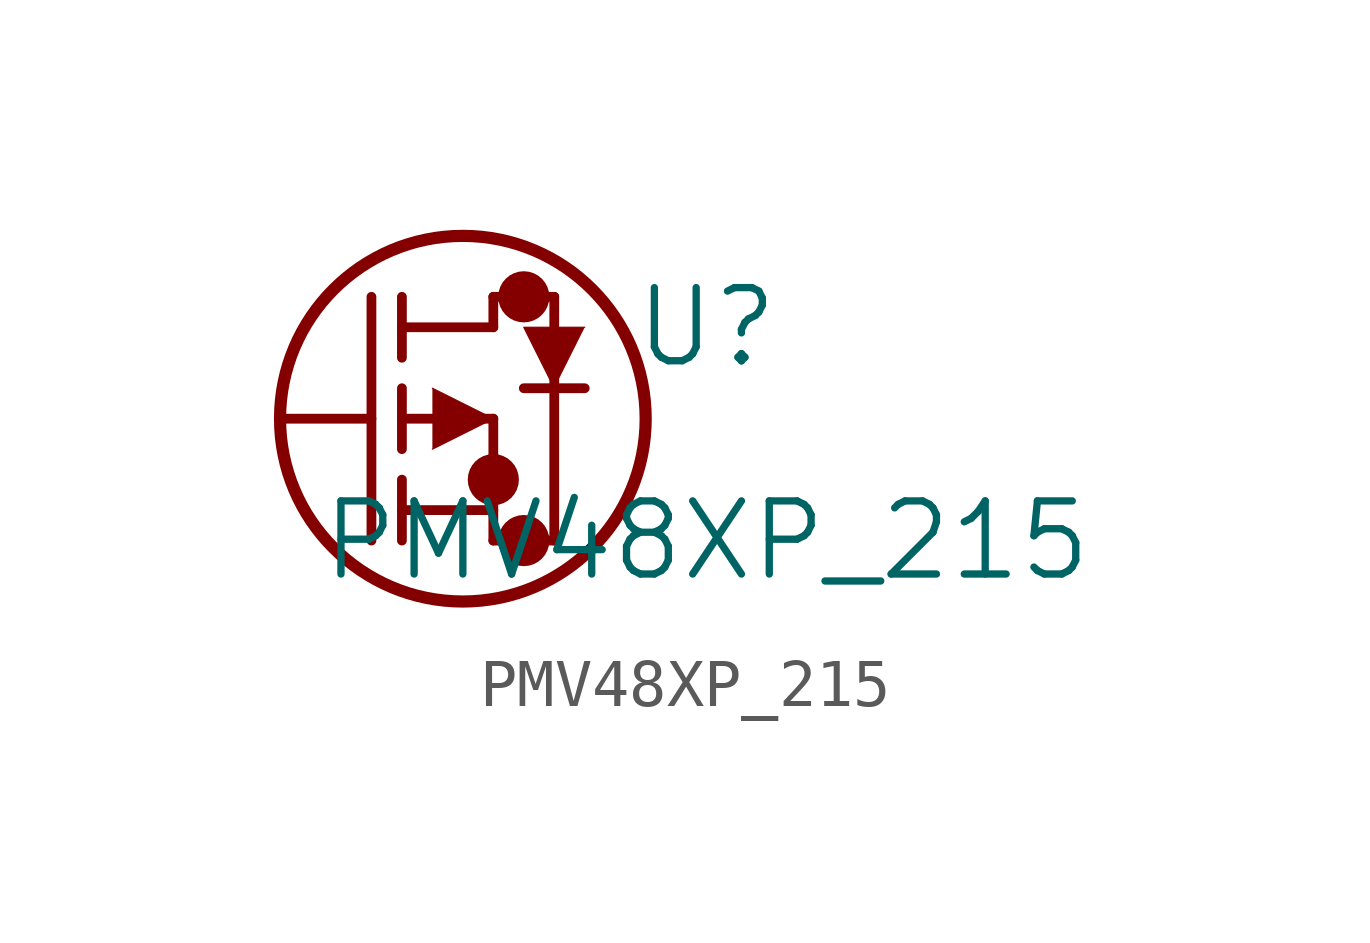
<source format=kicad_sym>
(kicad_symbol_lib
  (version 20211014)
  (generator kicad_symbol_editor)
  (symbol "PMV48XP_215"
    (pin_names
      (offset 0.254))
    (property "Reference" "U"
      (at 11.43 1.905 0)
      (effects (font (size 1.524 1.524))))
    (property "Value" "PMV48XP_215"
      (at 11.43 -2.54 0)
      (effects (font (size 1.524 1.524))))
    (symbol "PMV48XP_215_0_1"
      (circle (center 7.62 2.54) (radius .0254) (stroke (width .508) (type default) (color 0 0 0 0)) (fill (type none)))
      (circle (center 7.62 -2.54) (radius .0254) (stroke (width .508) (type default) (color 0 0 0 0)) (fill (type none)))
      (circle (center 6.985 -1.27) (radius .0254) (stroke (width .508) (type default) (color 0 0 0 0)) (fill (type none)))
      (circle (center 6.35 0) (radius 3.81) (stroke (width .254) (type default) (color 0 0 0 0)) (fill (type none)))
      (polyline (pts (xy 2.54 0) (xy 4.445 0)) (stroke (width .2032) (type default) (color 0 0 0 0)) (fill (type none)))
      (polyline (pts (xy 4.445 -2.54) (xy 4.445 2.54)) (stroke (width .2032) (type default) (color 0 0 0 0)) (fill (type none)))
      (polyline (pts (xy 5.08 -.635) (xy 5.08 .635)) (stroke (width .2032) (type default) (color 0 0 0 0)) (fill (type none)))
      (polyline (pts (xy 5.08 -2.54) (xy 5.08 -1.27)) (stroke (width .2032) (type default) (color 0 0 0 0)) (fill (type none)))
      (polyline (pts (xy 5.08 1.27) (xy 5.08 2.54)) (stroke (width .2032) (type default) (color 0 0 0 0)) (fill (type none)))
      (polyline (pts (xy 5.08 0) (xy 6.985 0)) (stroke (width .2032) (type default) (color 0 0 0 0)) (fill (type none)))
      (polyline (pts (xy 5.08 -1.905) (xy 6.985 -1.905)) (stroke (width .2032) (type default) (color 0 0 0 0)) (fill (type none)))
      (polyline (pts (xy 6.985 -2.54) (xy 6.985 0)) (stroke (width .2032) (type default) (color 0 0 0 0)) (fill (type none)))
      (polyline (pts (xy 6.985 -2.54) (xy 8.255 -2.54)) (stroke (width .2032) (type default) (color 0 0 0 0)) (fill (type none)))
      (polyline (pts (xy 5.08 1.905) (xy 6.985 1.905)) (stroke (width .2032) (type default) (color 0 0 0 0)) (fill (type none)))
      (polyline (pts (xy 8.255 .635) (xy 8.255 2.54)) (stroke (width .2032) (type default) (color 0 0 0 0)) (fill (type none)))
      (polyline (pts (xy 5.715 .635) (xy 6.985 0) (xy 5.715 -.635)) (stroke (width .0254) (type default) (color 0 0 0 0)) (fill (type outline)))
      (polyline (pts (xy 8.89 1.905) (xy 7.62 1.905) (xy 8.255 .635)) (stroke (width .0254) (type default) (color 0 0 0 0)) (fill (type outline)))
      (polyline (pts (xy 8.255 -2.54) (xy 8.255 .635)) (stroke (width .2032) (type default) (color 0 0 0 0)) (fill (type none)))
      (polyline (pts (xy 8.89 .635) (xy 7.62 .635)) (stroke (width .2032) (type default) (color 0 0 0 0)) (fill (type none)))
      (polyline (pts (xy 6.985 2.54) (xy 8.255 2.54)) (stroke (width .2032) (type default) (color 0 0 0 0)) (fill (type none)))
      (polyline (pts (xy 6.985 1.905) (xy 6.985 2.54)) (stroke (width .2032) (type default) (color 0 0 0 0)) (fill (type none))))))
</source>
